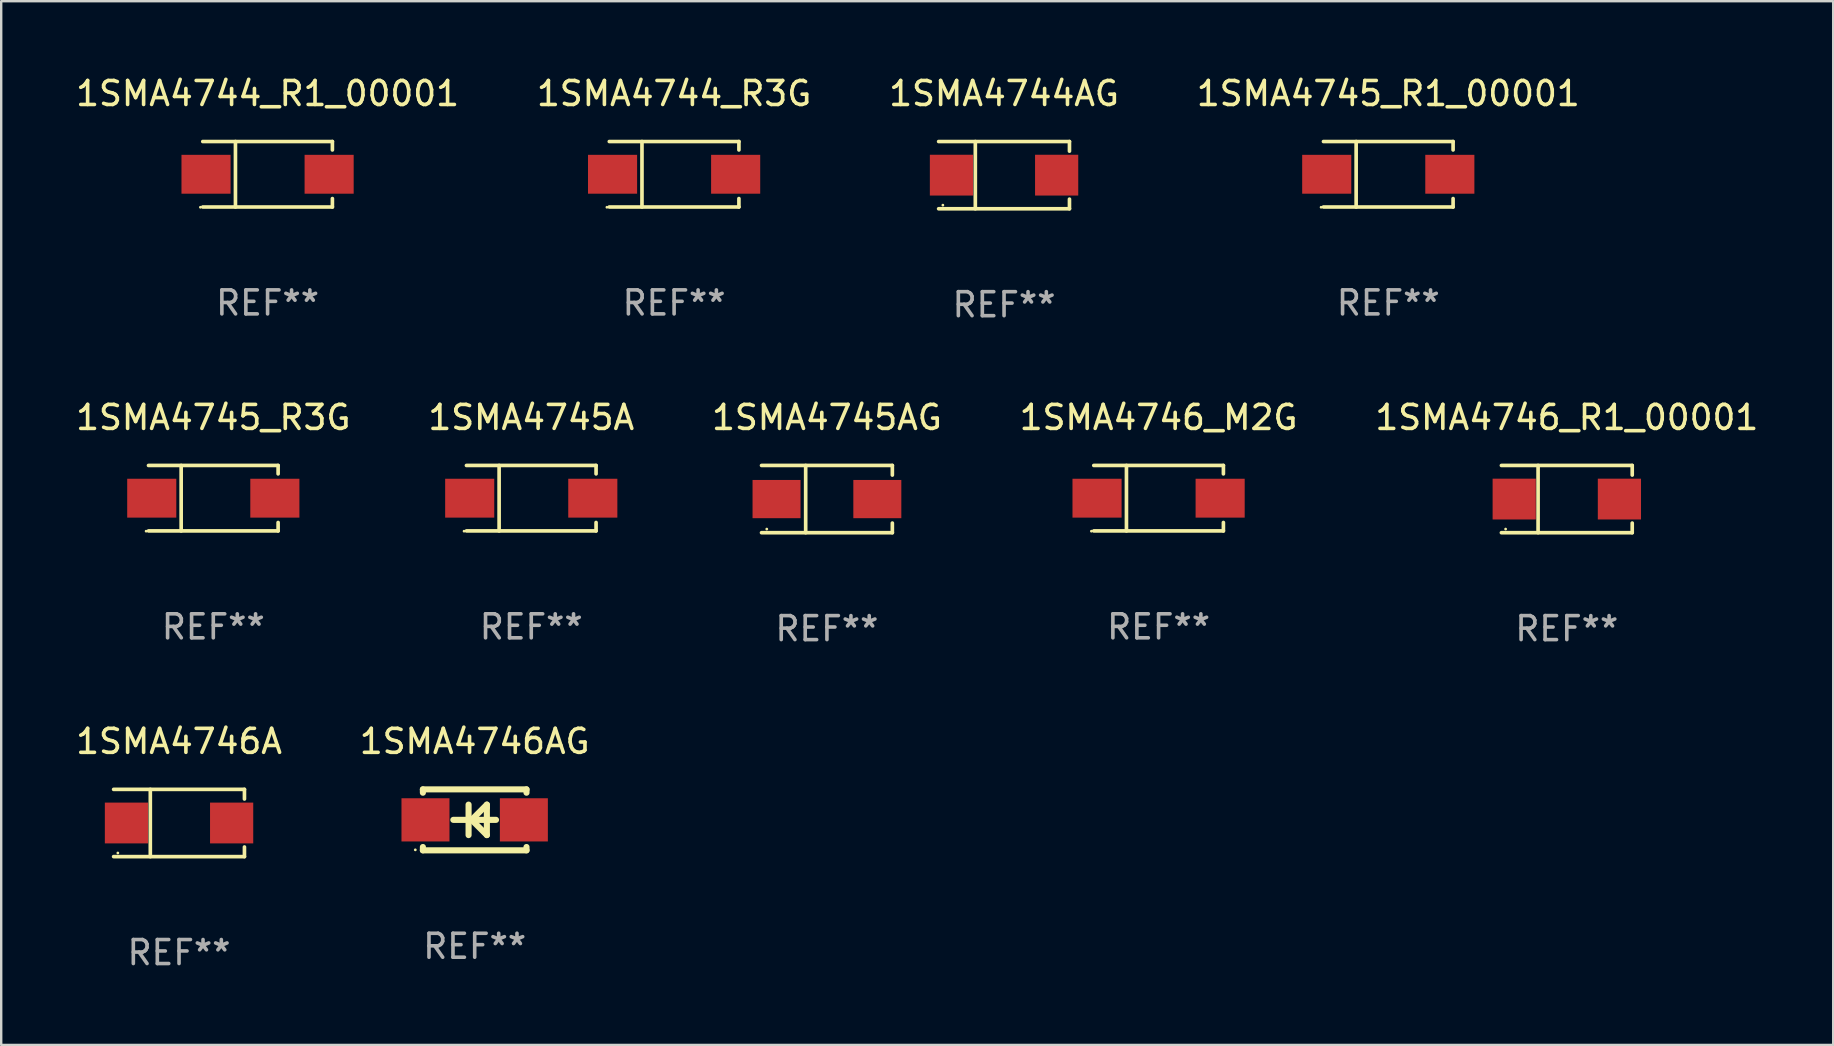
<source format=kicad_pcb>
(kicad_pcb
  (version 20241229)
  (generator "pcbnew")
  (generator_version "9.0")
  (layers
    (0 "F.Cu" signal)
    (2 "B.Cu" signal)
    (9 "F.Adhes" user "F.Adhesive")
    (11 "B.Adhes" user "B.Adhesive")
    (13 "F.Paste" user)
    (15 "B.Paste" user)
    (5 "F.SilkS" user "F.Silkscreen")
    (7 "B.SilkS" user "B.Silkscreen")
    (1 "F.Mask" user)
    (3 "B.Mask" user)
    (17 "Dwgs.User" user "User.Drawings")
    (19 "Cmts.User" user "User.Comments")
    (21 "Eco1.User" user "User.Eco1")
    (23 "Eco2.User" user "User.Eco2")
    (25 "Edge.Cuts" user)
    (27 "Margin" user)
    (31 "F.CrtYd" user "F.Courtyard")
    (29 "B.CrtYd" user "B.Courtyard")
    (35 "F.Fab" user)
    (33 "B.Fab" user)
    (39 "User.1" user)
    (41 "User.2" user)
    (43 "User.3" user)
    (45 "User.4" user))
  (footprint "1SMA4744_R3G"
    (layer "F.Cu")
    (at 25.042 4.212)
    (property "Reference" "1SMA4744_R3G" (at 0 -3.364 0) (layer "F.SilkS") (effects (font (size 1 1) (thickness 0.15))))
    (attr through_hole)
    (fp_line (start -2.701 -1.364) (end 2.701 -1.364) (stroke (width 0.152) (type solid)) (layer "F.SilkS"))
    (fp_line (start -2.701 1.364) (end 2.701 1.364) (stroke (width 0.152) (type solid)) (layer "F.SilkS"))
    (fp_line (start -1.339 -1.364) (end -1.339 1.364) (stroke (width 0.152) (type solid)) (layer "F.SilkS"))
    (fp_line (start 2.701 -1.364) (end 2.701 -1.013) (stroke (width 0.152) (type solid)) (layer "F.SilkS"))
    (fp_line (start 2.701 1.364) (end 2.701 1.013) (stroke (width 0.152) (type solid)) (layer "F.SilkS"))
    (fp_circle (center -2.8 1.375) (end -2.77 1.375) (stroke (width 0.06) (type solid)) (fill no) (layer "F.SilkS"))
    (fp_text user "REF**" (at 0 5.364 0) (layer "F.Fab") (effects (font (size 1 1) (thickness 0.15))))
    (pad "1" smd rect (at -2.565 -0.000025) (size 2.046 1.62) (layers "F.Cu" "F.Mask" "F.Paste"))
    (pad "2" smd rect (at 2.565 -0.000025) (size 2.046 1.62) (layers "F.Cu" "F.Mask" "F.Paste")))
  (footprint "1SMA4745A"
    (layer "F.Cu")
    (at 19.089 17.711)
    (property "Reference" "1SMA4745A" (at 0 -3.364 0) (layer "F.SilkS") (effects (font (size 1 1) (thickness 0.15))))
    (attr through_hole)
    (fp_line (start -2.701 -1.364) (end 2.701 -1.364) (stroke (width 0.152) (type solid)) (layer "F.SilkS"))
    (fp_line (start -2.701 1.364) (end 2.701 1.364) (stroke (width 0.152) (type solid)) (layer "F.SilkS"))
    (fp_line (start -1.339 -1.364) (end -1.339 1.364) (stroke (width 0.152) (type solid)) (layer "F.SilkS"))
    (fp_line (start 2.701 -1.364) (end 2.701 -1.013) (stroke (width 0.152) (type solid)) (layer "F.SilkS"))
    (fp_line (start 2.701 1.364) (end 2.701 1.013) (stroke (width 0.152) (type solid)) (layer "F.SilkS"))
    (fp_circle (center -2.8 1.375) (end -2.77 1.375) (stroke (width 0.06) (type solid)) (fill no) (layer "F.SilkS"))
    (fp_text user "REF**" (at 0 5.364 0) (layer "F.Fab") (effects (font (size 1 1) (thickness 0.15))))
    (pad "1" smd rect (at -2.565 -0.000025) (size 2.046 1.62) (layers "F.Cu" "F.Mask" "F.Paste"))
    (pad "2" smd rect (at 2.565 -0.000025) (size 2.046 1.62) (layers "F.Cu" "F.Mask" "F.Paste")))
  (footprint "1SMA4746A"
    (layer "F.Cu")
    (at 4.411 31.247)
    (property "Reference" "1SMA4746A" (at 0 -3.401 0) (layer "F.SilkS") (effects (font (size 1 1) (thickness 0.15))))
    (attr through_hole)
    (fp_line (start -2.726 -1.401) (end 2.726 -1.401) (stroke (width 0.152) (type solid)) (layer "F.SilkS"))
    (fp_line (start -2.726 1.401) (end 2.726 1.401) (stroke (width 0.152) (type solid)) (layer "F.SilkS"))
    (fp_line (start -1.197 -1.401) (end -1.197 1.401) (stroke (width 0.152) (type solid)) (layer "F.SilkS"))
    (fp_line (start 2.726 -1.401) (end 2.726 -1) (stroke (width 0.152) (type solid)) (layer "F.SilkS"))
    (fp_line (start 2.726 1.401) (end 2.726 1) (stroke (width 0.152) (type solid)) (layer "F.SilkS"))
    (fp_circle (center -2.55 1.25) (end -2.52 1.25) (stroke (width 0.06) (type solid)) (fill no) (layer "F.SilkS"))
    (fp_text user "REF**" (at 0 5.401 0) (layer "F.Fab") (effects (font (size 1 1) (thickness 0.15))))
    (pad "1" smd rect (at -2.192 0) (size 1.8 1.7) (layers "F.Cu" "F.Mask" "F.Paste"))
    (pad "2" smd rect (at 2.192 0) (size 1.8 1.7) (layers "F.Cu" "F.Mask" "F.Paste")))
  (footprint "1SMA4745AG"
    (layer "F.Cu")
    (at 31.411 17.748)
    (property "Reference" "1SMA4745AG" (at 0 -3.401 0) (layer "F.SilkS") (effects (font (size 1 1) (thickness 0.15))))
    (attr through_hole)
    (fp_line (start -2.726 -1.401) (end 2.726 -1.401) (stroke (width 0.152) (type solid)) (layer "F.SilkS"))
    (fp_line (start -2.726 1.401) (end 2.726 1.401) (stroke (width 0.152) (type solid)) (layer "F.SilkS"))
    (fp_line (start -0.886 -1.401) (end -0.886 1.401) (stroke (width 0.152) (type solid)) (layer "F.SilkS"))
    (fp_line (start 2.726 -1.401) (end 2.726 -1) (stroke (width 0.152) (type solid)) (layer "F.SilkS"))
    (fp_line (start 2.726 1.401) (end 2.726 1) (stroke (width 0.152) (type solid)) (layer "F.SilkS"))
    (fp_circle (center -2.507 1.25) (end -2.477 1.25) (stroke (width 0.06) (type solid)) (fill no) (layer "F.SilkS"))
    (fp_text user "REF**" (at 0 5.401 0) (layer "F.Fab") (effects (font (size 1 1) (thickness 0.15))))
    (pad "1" smd rect (at -2.1 0 180) (size 2 1.593) (layers "F.Cu" "F.Mask" "F.Paste"))
    (pad "2" smd rect (at 2.1 0 180) (size 2 1.593) (layers "F.Cu" "F.Mask" "F.Paste")))
  (footprint "1SMA4746_R1_00001"
    (layer "F.Cu")
    (at 62.244 17.748)
    (property "Reference" "1SMA4746_R1_00001" (at 0 -3.401 0) (layer "F.SilkS") (effects (font (size 1 1) (thickness 0.15))))
    (attr through_hole)
    (fp_line (start -2.726 -1.401) (end 2.726 -1.401) (stroke (width 0.152) (type solid)) (layer "F.SilkS"))
    (fp_line (start -2.726 1.401) (end 2.726 1.401) (stroke (width 0.152) (type solid)) (layer "F.SilkS"))
    (fp_line (start -1.197 -1.401) (end -1.197 1.401) (stroke (width 0.152) (type solid)) (layer "F.SilkS"))
    (fp_line (start 2.726 -1.401) (end 2.726 -1) (stroke (width 0.152) (type solid)) (layer "F.SilkS"))
    (fp_line (start 2.726 1.401) (end 2.726 1) (stroke (width 0.152) (type solid)) (layer "F.SilkS"))
    (fp_circle (center -2.55 1.25) (end -2.52 1.25) (stroke (width 0.06) (type solid)) (fill no) (layer "F.SilkS"))
    (fp_text user "REF**" (at 0 5.401 0) (layer "F.Fab") (effects (font (size 1 1) (thickness 0.15))))
    (pad "1" smd rect (at -2.192 0) (size 1.8 1.7) (layers "F.Cu" "F.Mask" "F.Paste"))
    (pad "2" smd rect (at 2.192 0) (size 1.8 1.7) (layers "F.Cu" "F.Mask" "F.Paste")))
  (footprint "1SMA4745_R3G"
    (layer "F.Cu")
    (at 5.839 17.711)
    (property "Reference" "1SMA4745_R3G" (at 0 -3.364 0) (layer "F.SilkS") (effects (font (size 1 1) (thickness 0.15))))
    (attr through_hole)
    (fp_line (start -2.701 -1.364) (end 2.701 -1.364) (stroke (width 0.152) (type solid)) (layer "F.SilkS"))
    (fp_line (start -2.701 1.364) (end 2.701 1.364) (stroke (width 0.152) (type solid)) (layer "F.SilkS"))
    (fp_line (start -1.339 -1.364) (end -1.339 1.364) (stroke (width 0.152) (type solid)) (layer "F.SilkS"))
    (fp_line (start 2.701 -1.364) (end 2.701 -1.013) (stroke (width 0.152) (type solid)) (layer "F.SilkS"))
    (fp_line (start 2.701 1.364) (end 2.701 1.013) (stroke (width 0.152) (type solid)) (layer "F.SilkS"))
    (fp_circle (center -2.8 1.375) (end -2.77 1.375) (stroke (width 0.06) (type solid)) (fill no) (layer "F.SilkS"))
    (fp_text user "REF**" (at 0 5.364 0) (layer "F.Fab") (effects (font (size 1 1) (thickness 0.15))))
    (pad "1" smd rect (at -2.565 -0.000025) (size 2.046 1.62) (layers "F.Cu" "F.Mask" "F.Paste"))
    (pad "2" smd rect (at 2.565 -0.000025) (size 2.046 1.62) (layers "F.Cu" "F.Mask" "F.Paste")))
  (footprint "1SMA4746_M2G"
    (layer "F.Cu")
    (at 45.232 17.711)
    (property "Reference" "1SMA4746_M2G" (at 0 -3.364 0) (layer "F.SilkS") (effects (font (size 1 1) (thickness 0.15))))
    (attr through_hole)
    (fp_line (start -2.701 -1.364) (end 2.701 -1.364) (stroke (width 0.152) (type solid)) (layer "F.SilkS"))
    (fp_line (start -2.701 1.364) (end 2.701 1.364) (stroke (width 0.152) (type solid)) (layer "F.SilkS"))
    (fp_line (start -1.339 -1.364) (end -1.339 1.364) (stroke (width 0.152) (type solid)) (layer "F.SilkS"))
    (fp_line (start 2.701 -1.364) (end 2.701 -1.013) (stroke (width 0.152) (type solid)) (layer "F.SilkS"))
    (fp_line (start 2.701 1.364) (end 2.701 1.013) (stroke (width 0.152) (type solid)) (layer "F.SilkS"))
    (fp_circle (center -2.8 1.375) (end -2.77 1.375) (stroke (width 0.06) (type solid)) (fill no) (layer "F.SilkS"))
    (fp_text user "REF**" (at 0 5.364 0) (layer "F.Fab") (effects (font (size 1 1) (thickness 0.15))))
    (pad "1" smd rect (at -2.565 -0.000025) (size 2.046 1.62) (layers "F.Cu" "F.Mask" "F.Paste"))
    (pad "2" smd rect (at 2.565 -0.000025) (size 2.046 1.62) (layers "F.Cu" "F.Mask" "F.Paste")))
  (footprint "1SMA4746AG"
    (layer "F.Cu")
    (at 16.732 31.116)
    (property "Reference" "1SMA4746AG" (at 0 -3.27 0) (layer "F.SilkS") (effects (font (size 1 1) (thickness 0.15))))
    (attr through_hole)
    (fp_line (start -2.159 -1.27) (end -2.159 -1.131) (stroke (width 0.254) (type solid)) (layer "F.SilkS"))
    (fp_line (start -2.159 1.131) (end -2.159 1.27) (stroke (width 0.254) (type solid)) (layer "F.SilkS"))
    (fp_line (start -2.159 1.27) (end 2.159 1.27) (stroke (width 0.254) (type solid)) (layer "F.SilkS"))
    (fp_line (start -0.255 -0.635) (end -0.255 0.635) (stroke (width 0.254) (type solid)) (layer "F.SilkS"))
    (fp_line (start -0.128 0) (end 0.507 -0.635) (stroke (width 0.254) (type solid)) (layer "F.SilkS"))
    (fp_line (start 0.507 -0.635) (end 0.507 -0.508) (stroke (width 0.254) (type solid)) (layer "F.SilkS"))
    (fp_line (start 0.507 -0.508) (end 0.507 0.635) (stroke (width 0.254) (type solid)) (layer "F.SilkS"))
    (fp_line (start 0.507 0.635) (end -0.128 0) (stroke (width 0.254) (type solid)) (layer "F.SilkS"))
    (fp_line (start 0.888 0) (end -0.89 0) (stroke (width 0.254) (type solid)) (layer "F.SilkS"))
    (fp_line (start 2.159 -1.27) (end -2.159 -1.27) (stroke (width 0.254) (type solid)) (layer "F.SilkS"))
    (fp_line (start 2.159 -1.131) (end 2.159 -1.27) (stroke (width 0.254) (type solid)) (layer "F.SilkS"))
    (fp_line (start 2.159 1.27) (end 2.159 1.131) (stroke (width 0.254) (type solid)) (layer "F.SilkS"))
    (fp_circle (center -2.475 1.25) (end -2.445 1.25) (stroke (width 0.06) (type solid)) (fill no) (layer "F.SilkS"))
    (fp_text user "REF**" (at 0 5.27 0) (layer "F.Fab") (effects (font (size 1 1) (thickness 0.15))))
    (pad "1" smd rect (at -2.051 0) (size 2 1.8) (layers "F.Cu" "F.Mask" "F.Paste"))
    (pad "2" smd rect (at 2.049 0) (size 2 1.8) (layers "F.Cu" "F.Mask" "F.Paste")))
  (footprint "1SMA4744AG"
    (layer "F.Cu")
    (at 38.792 4.249)
    (property "Reference" "1SMA4744AG" (at 0 -3.401 0) (layer "F.SilkS") (effects (font (size 1 1) (thickness 0.15))))
    (attr through_hole)
    (fp_line (start -2.726 -1.401) (end 2.726 -1.401) (stroke (width 0.152) (type solid)) (layer "F.SilkS"))
    (fp_line (start -2.726 1.401) (end 2.726 1.401) (stroke (width 0.152) (type solid)) (layer "F.SilkS"))
    (fp_line (start -1.197 -1.401) (end -1.197 1.401) (stroke (width 0.152) (type solid)) (layer "F.SilkS"))
    (fp_line (start 2.726 -1.401) (end 2.726 -1) (stroke (width 0.152) (type solid)) (layer "F.SilkS"))
    (fp_line (start 2.726 1.401) (end 2.726 1) (stroke (width 0.152) (type solid)) (layer "F.SilkS"))
    (fp_circle (center -2.55 1.25) (end -2.52 1.25) (stroke (width 0.06) (type solid)) (fill no) (layer "F.SilkS"))
    (fp_text user "REF**" (at 0 5.401 0) (layer "F.Fab") (effects (font (size 1 1) (thickness 0.15))))
    (pad "1" smd rect (at -2.192 0) (size 1.8 1.7) (layers "F.Cu" "F.Mask" "F.Paste"))
    (pad "2" smd rect (at 2.192 0) (size 1.8 1.7) (layers "F.Cu" "F.Mask" "F.Paste")))
  (footprint "1SMA4745_R1_00001"
    (layer "F.Cu")
    (at 54.804 4.212)
    (property "Reference" "1SMA4745_R1_00001" (at 0 -3.364 0) (layer "F.SilkS") (effects (font (size 1 1) (thickness 0.15))))
    (attr through_hole)
    (fp_line (start -2.701 -1.364) (end 2.701 -1.364) (stroke (width 0.152) (type solid)) (layer "F.SilkS"))
    (fp_line (start -2.701 1.364) (end 2.701 1.364) (stroke (width 0.152) (type solid)) (layer "F.SilkS"))
    (fp_line (start -1.339 -1.364) (end -1.339 1.364) (stroke (width 0.152) (type solid)) (layer "F.SilkS"))
    (fp_line (start 2.701 -1.364) (end 2.701 -1.013) (stroke (width 0.152) (type solid)) (layer "F.SilkS"))
    (fp_line (start 2.701 1.364) (end 2.701 1.013) (stroke (width 0.152) (type solid)) (layer "F.SilkS"))
    (fp_circle (center -2.8 1.375) (end -2.77 1.375) (stroke (width 0.06) (type solid)) (fill no) (layer "F.SilkS"))
    (fp_text user "REF**" (at 0 5.364 0) (layer "F.Fab") (effects (font (size 1 1) (thickness 0.15))))
    (pad "1" smd rect (at -2.565 -0.000025) (size 2.046 1.62) (layers "F.Cu" "F.Mask" "F.Paste"))
    (pad "2" smd rect (at 2.565 -0.000025) (size 2.046 1.62) (layers "F.Cu" "F.Mask" "F.Paste")))
  (footprint "1SMA4744_R1_00001"
    (layer "F.Cu")
    (at 8.101 4.212)
    (property "Reference" "1SMA4744_R1_00001" (at 0 -3.364 0) (layer "F.SilkS") (effects (font (size 1 1) (thickness 0.15))))
    (attr through_hole)
    (fp_line (start -2.701 -1.364) (end 2.701 -1.364) (stroke (width 0.152) (type solid)) (layer "F.SilkS"))
    (fp_line (start -2.701 1.364) (end 2.701 1.364) (stroke (width 0.152) (type solid)) (layer "F.SilkS"))
    (fp_line (start -1.339 -1.364) (end -1.339 1.364) (stroke (width 0.152) (type solid)) (layer "F.SilkS"))
    (fp_line (start 2.701 -1.364) (end 2.701 -1.013) (stroke (width 0.152) (type solid)) (layer "F.SilkS"))
    (fp_line (start 2.701 1.364) (end 2.701 1.013) (stroke (width 0.152) (type solid)) (layer "F.SilkS"))
    (fp_circle (center -2.8 1.375) (end -2.77 1.375) (stroke (width 0.06) (type solid)) (fill no) (layer "F.SilkS"))
    (fp_text user "REF**" (at 0 5.364 0) (layer "F.Fab") (effects (font (size 1 1) (thickness 0.15))))
    (pad "1" smd rect (at -2.565 -0.000025) (size 2.046 1.62) (layers "F.Cu" "F.Mask" "F.Paste"))
    (pad "2" smd rect (at 2.565 -0.000025) (size 2.046 1.62) (layers "F.Cu" "F.Mask" "F.Paste")))
  (gr_rect
    (start -3 -3)
    (end 73.345 40.497)
    (stroke (width 0.1) (type default))
    (fill no)
    (layer "Edge.Cuts")))
</source>
